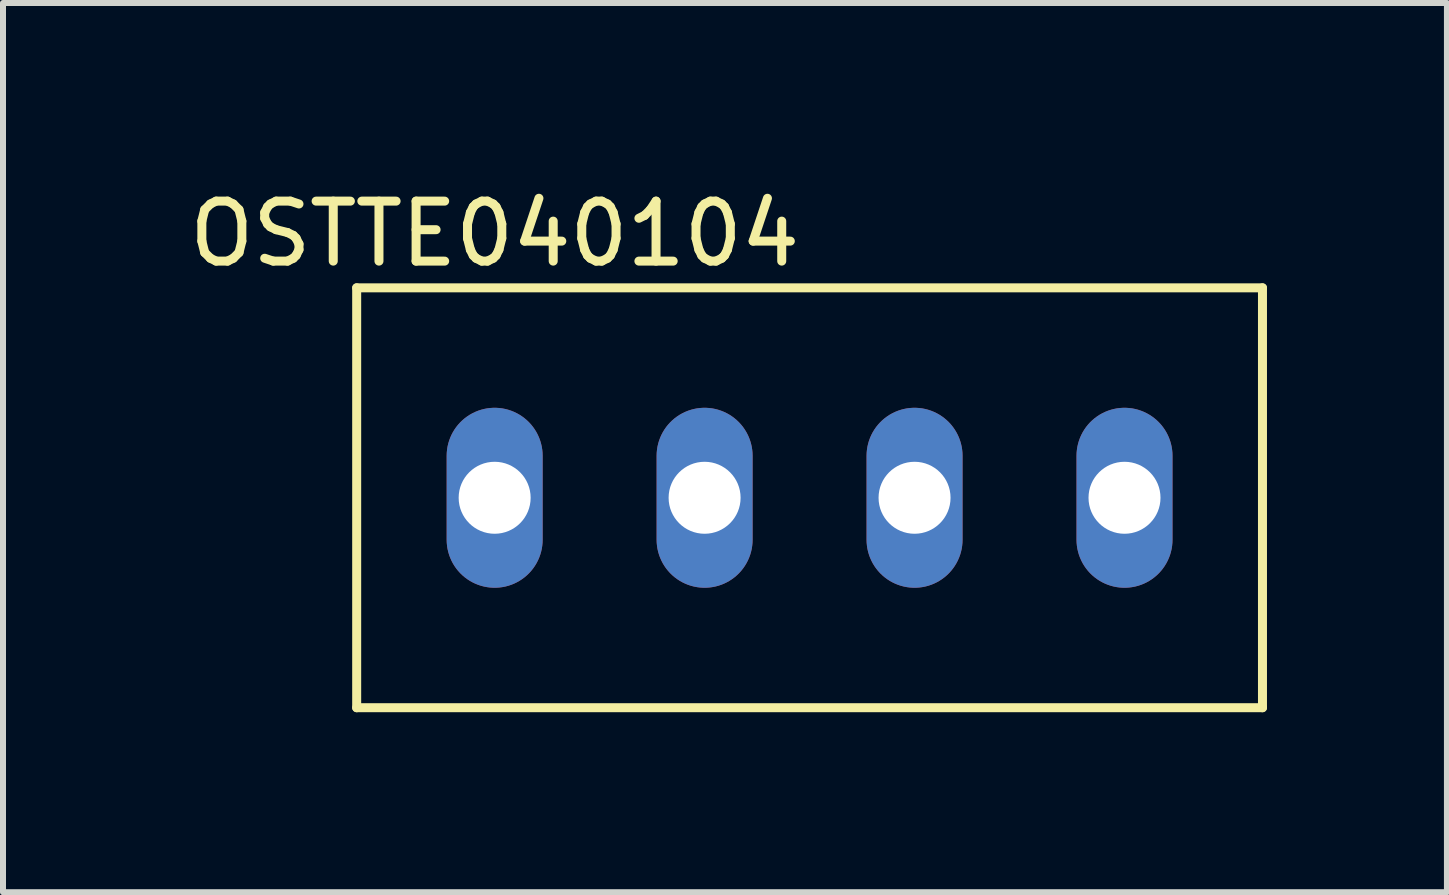
<source format=kicad_pcb>
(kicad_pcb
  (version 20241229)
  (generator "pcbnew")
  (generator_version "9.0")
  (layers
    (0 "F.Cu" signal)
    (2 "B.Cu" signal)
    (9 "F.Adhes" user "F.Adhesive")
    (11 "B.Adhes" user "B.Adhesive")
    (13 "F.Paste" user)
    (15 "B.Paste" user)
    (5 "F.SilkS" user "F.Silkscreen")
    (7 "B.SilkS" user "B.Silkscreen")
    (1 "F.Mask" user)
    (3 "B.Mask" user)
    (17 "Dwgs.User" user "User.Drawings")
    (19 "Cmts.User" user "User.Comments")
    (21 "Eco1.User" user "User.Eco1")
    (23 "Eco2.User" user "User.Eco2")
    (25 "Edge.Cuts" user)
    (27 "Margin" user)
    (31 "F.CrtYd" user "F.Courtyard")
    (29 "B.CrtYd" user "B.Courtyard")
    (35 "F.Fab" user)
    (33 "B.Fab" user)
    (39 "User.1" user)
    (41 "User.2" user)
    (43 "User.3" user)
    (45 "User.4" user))
  (footprint "OSTTE040104"
    (layer "F.Cu")
    (at 5.196 5.248)
    (property "Reference" "OSTTE040104" (at 0 -4.4 0) (layer "F.SilkS") (effects (font (size 1 1) (thickness 0.15))))
    (attr exclude_from_pos_files exclude_from_bom)
    (fp_line (start -2.3 -3.5) (end -2.3 3.5) (stroke (width 0.15) (type solid)) (layer "F.SilkS"))
    (fp_line (start -2.3 -3.5) (end 12.8 -3.5) (stroke (width 0.15) (type solid)) (layer "F.SilkS"))
    (fp_line (start 12.8 -3.5) (end 12.8 3.5) (stroke (width 0.15) (type solid)) (layer "F.SilkS"))
    (fp_line (start 12.8 3.5) (end -2.3 3.5) (stroke (width 0.15) (type solid)) (layer "F.SilkS"))
    (pad "1" thru_hole oval (at 0 0) (size 1.6 3) (drill 1.2) (layers "*.Cu" "*.Mask"))
    (pad "2" thru_hole oval (at 3.5 0) (size 1.6 3) (drill 1.2) (layers "*.Cu" "*.Mask"))
    (pad "3" thru_hole oval (at 7 0 180) (size 1.6 3) (drill 1.2) (layers "*.Cu" "*.Mask"))
    (pad "4" thru_hole oval (at 10.5 0 180) (size 1.6 3) (drill 1.2) (layers "*.Cu" "*.Mask")))
  (gr_rect
    (start -3 -3)
    (end 21.071 11.823)
    (stroke (width 0.1) (type default))
    (fill no)
    (layer "Edge.Cuts")))
</source>
